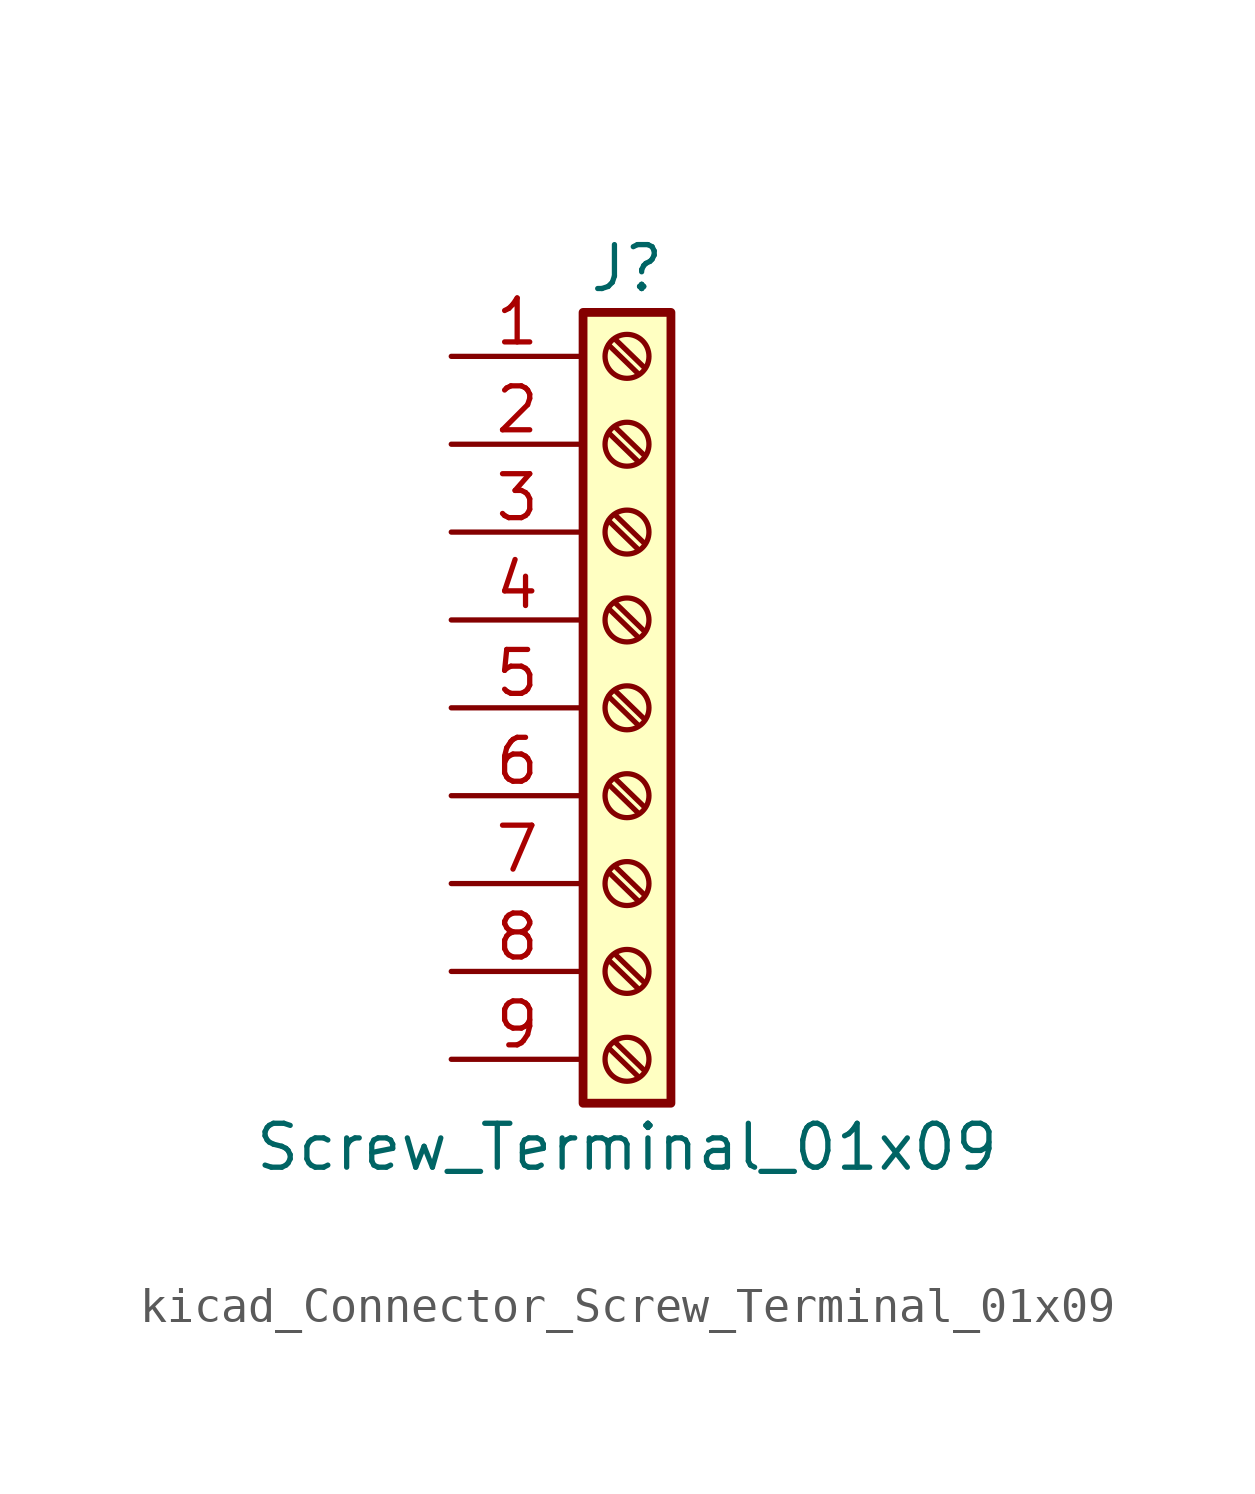
<source format=kicad_sym>
(kicad_symbol_lib
  (version 20220914)
  (generator kicad_symbol_editor)
  (symbol "kicad_Connector_Screw_Terminal_01x09"
    (pin_names
      (offset 1.016) hide)
    (property "Reference" "J"
      (at 0 12.7 0)
      (effects (font (size 1.27 1.27))))
    (property "Value" "Screw_Terminal_01x09"
      (at 0 -12.7 0)
      (effects (font (size 1.27 1.27))))
    (symbol "kicad_Connector_Screw_Terminal_01x09_1_1"
      (rectangle (start -1.27 11.43) (end 1.27 -11.43) (stroke (width 0.254) (type default)) (fill (type background)))
      (circle (center 0 -10.16) (radius 0.635) (stroke (width 0.152) (type default)) (fill (type none)))
      (circle (center 0 -7.62) (radius 0.635) (stroke (width 0.152) (type default)) (fill (type none)))
      (circle (center 0 -5.08) (radius 0.635) (stroke (width 0.152) (type default)) (fill (type none)))
      (circle (center 0 -2.54) (radius 0.635) (stroke (width 0.152) (type default)) (fill (type none)))
      (polyline (pts (xy -0.533 -9.83) (xy 0.33 -10.668)) (stroke (width 0.152) (type default)) (fill (type none)))
      (polyline (pts (xy -0.533 -7.29) (xy 0.33 -8.128)) (stroke (width 0.152) (type default)) (fill (type none)))
      (polyline (pts (xy -0.533 -4.75) (xy 0.33 -5.588)) (stroke (width 0.152) (type default)) (fill (type none)))
      (polyline (pts (xy -0.533 -2.21) (xy 0.33 -3.048)) (stroke (width 0.152) (type default)) (fill (type none)))
      (polyline (pts (xy -0.533 0.33) (xy 0.33 -0.508)) (stroke (width 0.152) (type default)) (fill (type none)))
      (polyline (pts (xy -0.533 2.87) (xy 0.33 2.032)) (stroke (width 0.152) (type default)) (fill (type none)))
      (polyline (pts (xy -0.533 5.41) (xy 0.33 4.572)) (stroke (width 0.152) (type default)) (fill (type none)))
      (polyline (pts (xy -0.533 7.95) (xy 0.33 7.112)) (stroke (width 0.152) (type default)) (fill (type none)))
      (polyline (pts (xy -0.533 10.49) (xy 0.33 9.652)) (stroke (width 0.152) (type default)) (fill (type none)))
      (polyline (pts (xy -0.356 -9.652) (xy 0.508 -10.49)) (stroke (width 0.152) (type default)) (fill (type none)))
      (polyline (pts (xy -0.356 -7.112) (xy 0.508 -7.95)) (stroke (width 0.152) (type default)) (fill (type none)))
      (polyline (pts (xy -0.356 -4.572) (xy 0.508 -5.41)) (stroke (width 0.152) (type default)) (fill (type none)))
      (polyline (pts (xy -0.356 -2.032) (xy 0.508 -2.87)) (stroke (width 0.152) (type default)) (fill (type none)))
      (polyline (pts (xy -0.356 0.508) (xy 0.508 -0.33)) (stroke (width 0.152) (type default)) (fill (type none)))
      (polyline (pts (xy -0.356 3.048) (xy 0.508 2.21)) (stroke (width 0.152) (type default)) (fill (type none)))
      (polyline (pts (xy -0.356 5.588) (xy 0.508 4.75)) (stroke (width 0.152) (type default)) (fill (type none)))
      (polyline (pts (xy -0.356 8.128) (xy 0.508 7.29)) (stroke (width 0.152) (type default)) (fill (type none)))
      (polyline (pts (xy -0.356 10.668) (xy 0.508 9.83)) (stroke (width 0.152) (type default)) (fill (type none)))
      (circle (center 0 0) (radius 0.635) (stroke (width 0.152) (type default)) (fill (type none)))
      (circle (center 0 2.54) (radius 0.635) (stroke (width 0.152) (type default)) (fill (type none)))
      (circle (center 0 5.08) (radius 0.635) (stroke (width 0.152) (type default)) (fill (type none)))
      (circle (center 0 7.62) (radius 0.635) (stroke (width 0.152) (type default)) (fill (type none)))
      (circle (center 0 10.16) (radius 0.635) (stroke (width 0.152) (type default)) (fill (type none)))
      (pin passive line (at -5.08 10.16 0) (length 3.81) (name "Pin_1" (effects (font (size 1.27 1.27)))) (number "1" (effects (font (size 1.27 1.27)))))
      (pin passive line (at -5.08 7.62 0) (length 3.81) (name "Pin_2" (effects (font (size 1.27 1.27)))) (number "2" (effects (font (size 1.27 1.27)))))
      (pin passive line (at -5.08 5.08 0) (length 3.81) (name "Pin_3" (effects (font (size 1.27 1.27)))) (number "3" (effects (font (size 1.27 1.27)))))
      (pin passive line (at -5.08 2.54 0) (length 3.81) (name "Pin_4" (effects (font (size 1.27 1.27)))) (number "4" (effects (font (size 1.27 1.27)))))
      (pin passive line (at -5.08 0 0) (length 3.81) (name "Pin_5" (effects (font (size 1.27 1.27)))) (number "5" (effects (font (size 1.27 1.27)))))
      (pin passive line (at -5.08 -2.54 0) (length 3.81) (name "Pin_6" (effects (font (size 1.27 1.27)))) (number "6" (effects (font (size 1.27 1.27)))))
      (pin passive line (at -5.08 -5.08 0) (length 3.81) (name "Pin_7" (effects (font (size 1.27 1.27)))) (number "7" (effects (font (size 1.27 1.27)))))
      (pin passive line (at -5.08 -7.62 0) (length 3.81) (name "Pin_8" (effects (font (size 1.27 1.27)))) (number "8" (effects (font (size 1.27 1.27)))))
      (pin passive line (at -5.08 -10.16 0) (length 3.81) (name "Pin_9" (effects (font (size 1.27 1.27)))) (number "9" (effects (font (size 1.27 1.27))))))))
</source>
